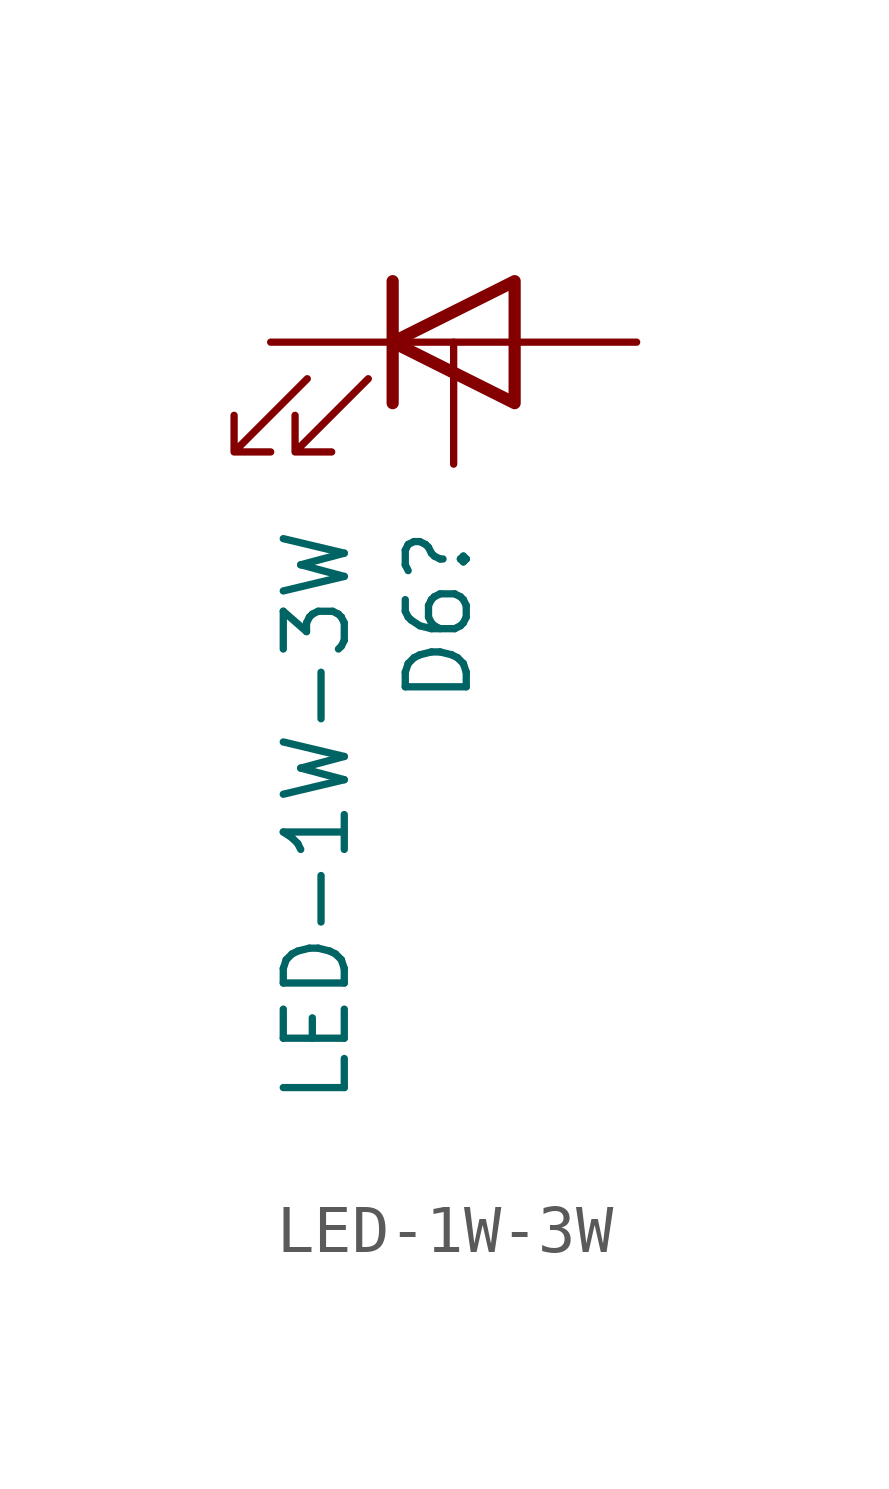
<source format=kicad_sym>
(kicad_symbol_lib
  (version 20241209)
  (generator "kicad_symbol_editor")
  (generator_version "9.0")
  (symbol "LED-1W-3W"
    (pin_numbers
      (hide yes))
    (pin_names
      (offset 1.016)
      (hide yes))
    (property "Reference" "D6"
      (at -0.317 -3.81 90)
      (effects (font (size 1.27 1.27)) (justify right)))
    (property "Value" "LED-1W-3W"
      (at -2.857 -3.81 90)
      (effects (font (size 1.27 1.27)) (justify right)))
    (symbol "LED-1W-3W_0_1"
      (polyline (pts (xy -3.048 -0.762) (xy -4.572 -2.286) (xy -3.81 -2.286) (xy -4.572 -2.286) (xy -4.572 -1.524)) (stroke (width 0) (type default)) (fill (type none)))
      (polyline (pts (xy -1.778 -0.762) (xy -3.302 -2.286) (xy -2.54 -2.286) (xy -3.302 -2.286) (xy -3.302 -1.524)) (stroke (width 0) (type default)) (fill (type none)))
      (polyline (pts (xy -1.27 0) (xy 1.27 0)) (stroke (width 0) (type default)) (fill (type none)))
      (polyline (pts (xy -1.27 -1.27) (xy -1.27 1.27)) (stroke (width 0.254) (type default)) (fill (type none)))
      (polyline (pts (xy 1.27 -1.27) (xy 1.27 1.27) (xy -1.27 0) (xy 1.27 -1.27)) (stroke (width 0.254) (type default)) (fill (type none))))
    (symbol "LED-1W-3W_1_1"
      (pin passive line (at -3.81 0 0) (length 2.54) (name "K" (effects (font (size 1.27 1.27)))) (number "1" (effects (font (size 1.27 1.27)))))
      (pin bidirectional line (at 0 -2.54 90) (length 2.54) (name "PAD" (effects (font (size 1.27 1.27)))) (number "3" (effects (font (size 1.27 1.27)))))
      (pin passive line (at 3.81 0 180) (length 2.54) (name "A" (effects (font (size 1.27 1.27)))) (number "2" (effects (font (size 1.27 1.27))))))))
</source>
